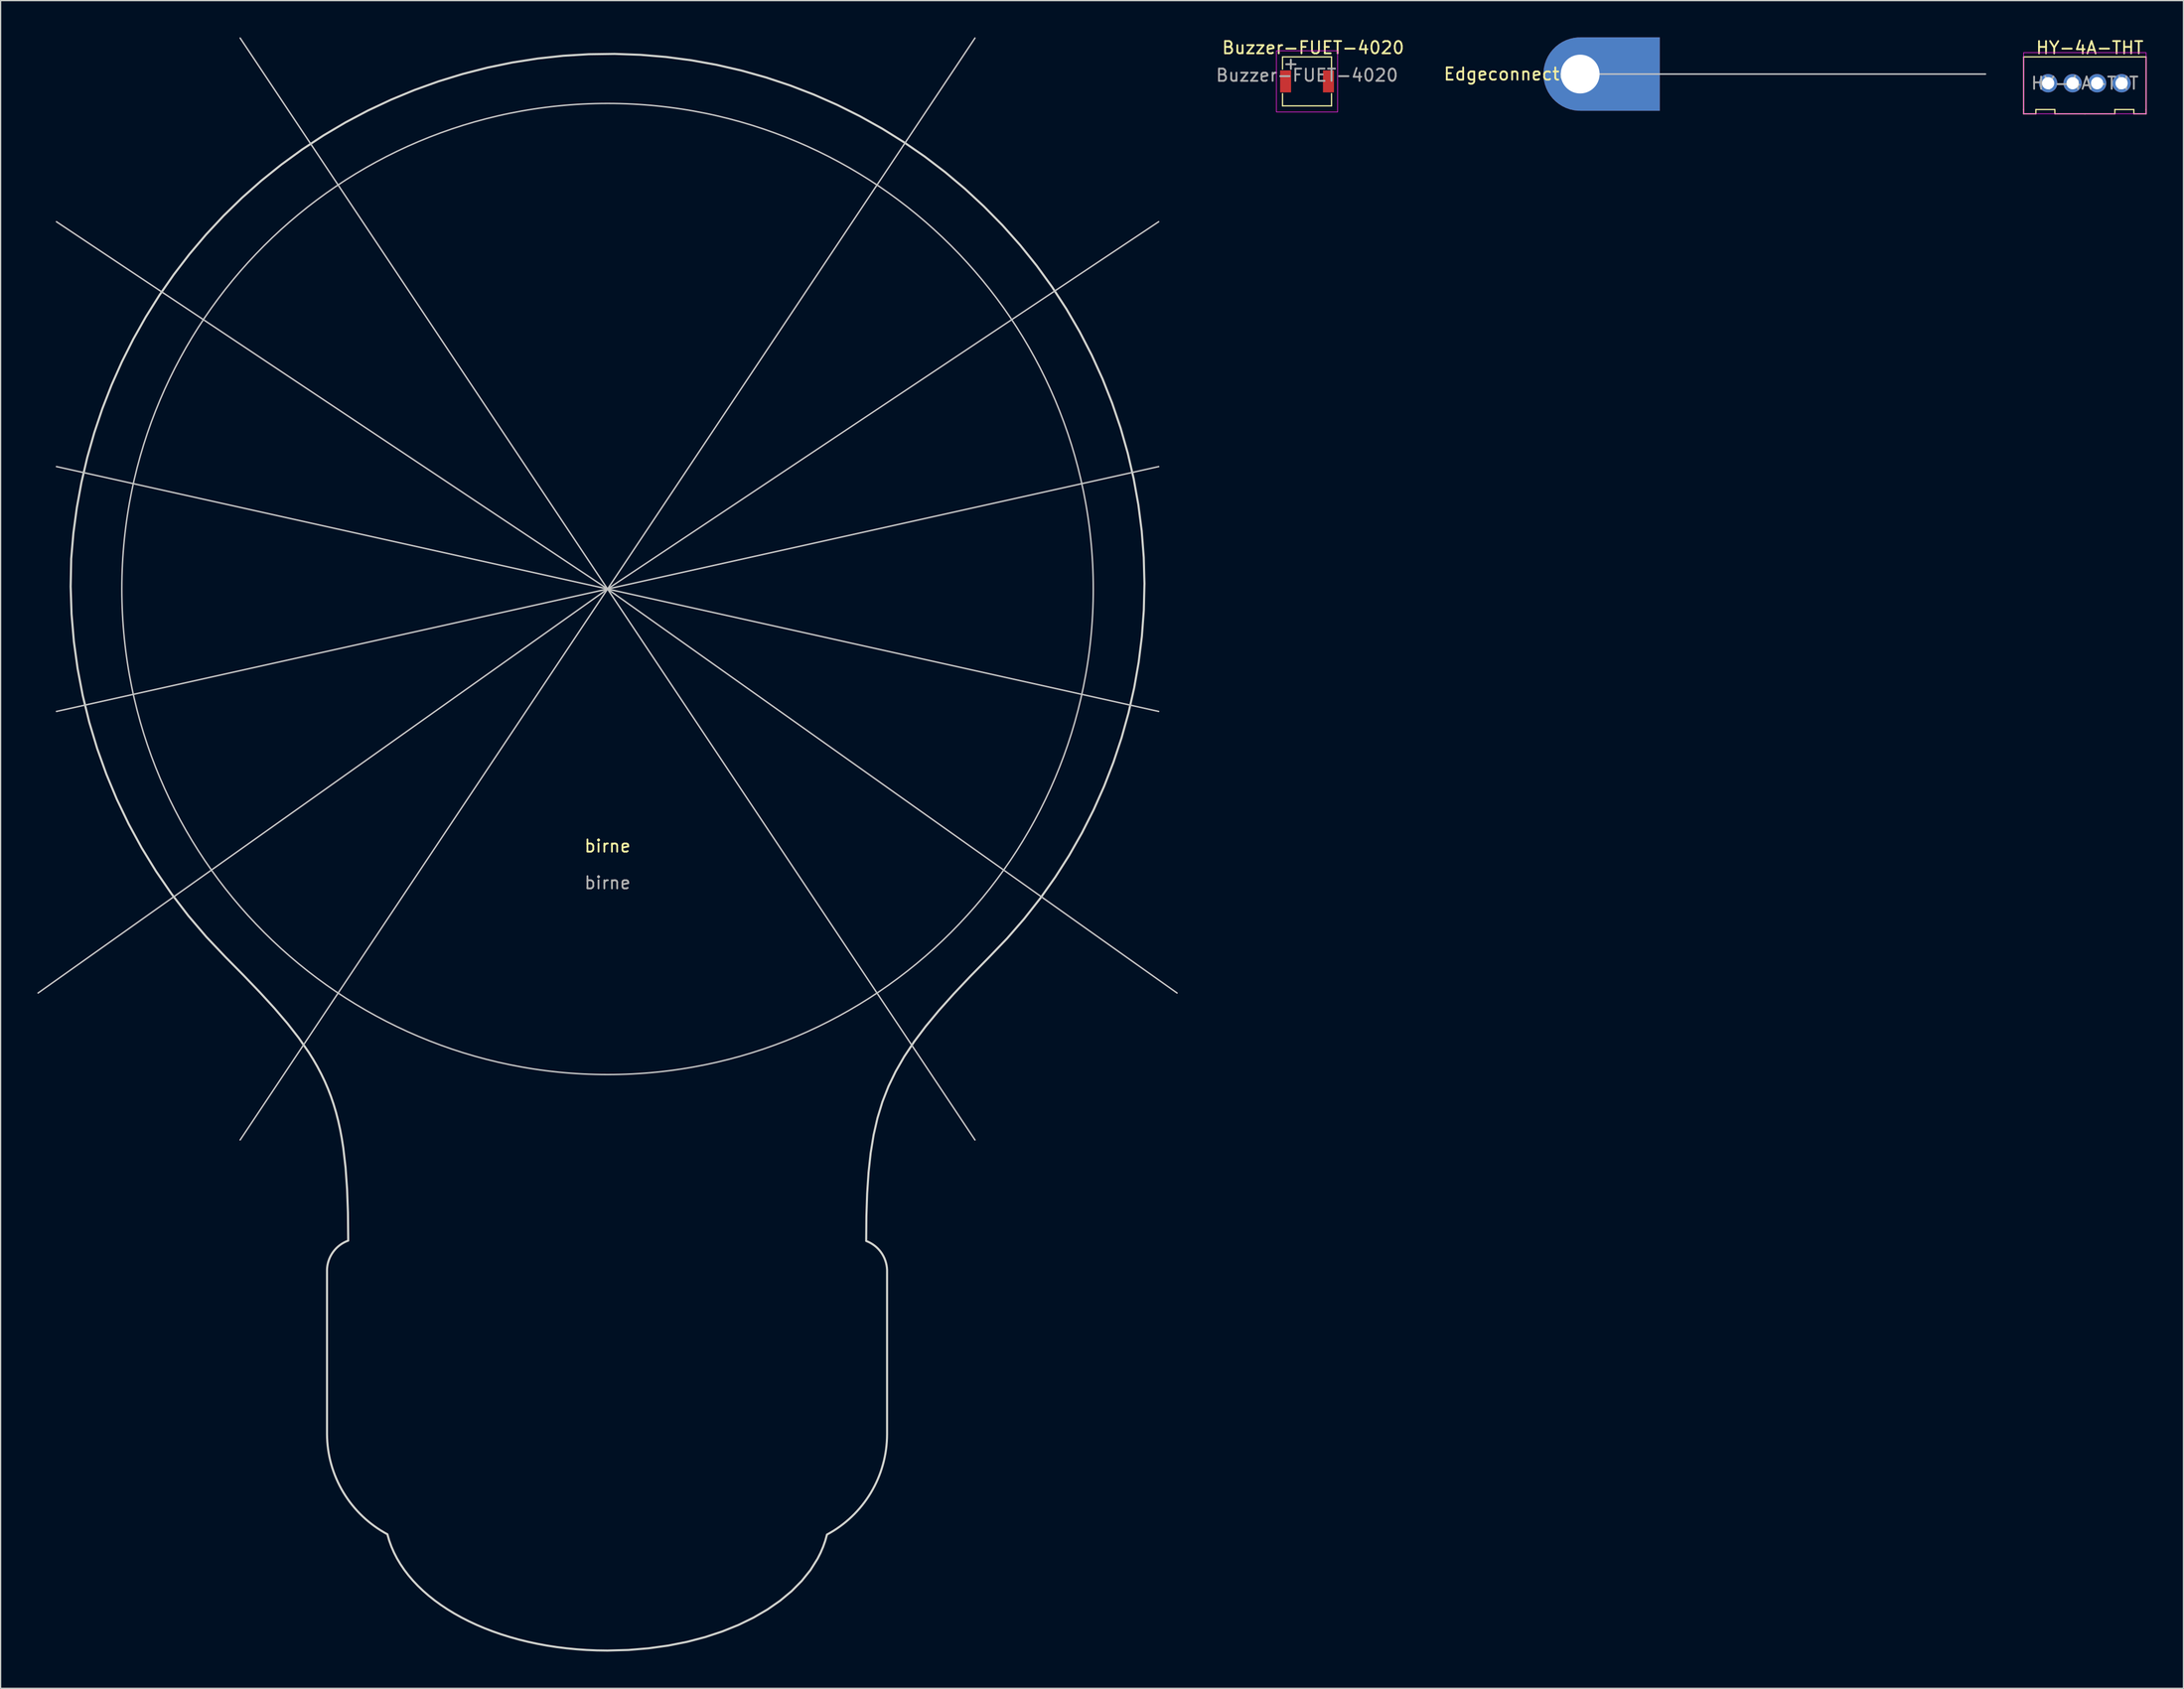
<source format=kicad_pcb>
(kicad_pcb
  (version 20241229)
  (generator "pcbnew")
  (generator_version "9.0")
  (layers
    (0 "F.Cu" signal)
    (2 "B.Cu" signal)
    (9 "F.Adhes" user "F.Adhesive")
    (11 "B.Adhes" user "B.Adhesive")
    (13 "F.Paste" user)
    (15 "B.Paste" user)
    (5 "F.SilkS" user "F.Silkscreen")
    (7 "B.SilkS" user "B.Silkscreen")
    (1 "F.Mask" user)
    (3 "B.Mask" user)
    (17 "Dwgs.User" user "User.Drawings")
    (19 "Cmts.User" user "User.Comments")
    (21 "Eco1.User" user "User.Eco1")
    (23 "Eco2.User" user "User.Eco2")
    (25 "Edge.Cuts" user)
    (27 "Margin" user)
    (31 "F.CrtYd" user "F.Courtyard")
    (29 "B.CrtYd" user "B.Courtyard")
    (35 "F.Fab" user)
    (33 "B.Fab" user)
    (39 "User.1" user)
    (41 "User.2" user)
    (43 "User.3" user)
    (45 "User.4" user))
  (footprint "birne"
    (layer "F.Cu")
    (at 46.56 45.06)
    (property "Reference" "birne" (at 0 21 0) (unlocked yes) (layer "F.SilkS") (effects (font (size 1 1) (thickness 0.15))))
    (attr smd exclude_from_pos_files exclude_from_bom allow_missing_courtyard)
    (fp_line (start 0 0) (end -46.5 33) (stroke (width 0.12) (type solid)) (layer "Dwgs.User"))
    (fp_line (start 0 0) (end -45 -30) (stroke (width 0.12) (type solid)) (layer "Dwgs.User"))
    (fp_line (start 0 0) (end -45 -10) (stroke (width 0.12) (type solid)) (layer "Dwgs.User"))
    (fp_line (start 0 0) (end -45 10) (stroke (width 0.12) (type solid)) (layer "Dwgs.User"))
    (fp_line (start 0 0) (end -30 -45) (stroke (width 0.12) (type solid)) (layer "Dwgs.User"))
    (fp_line (start 0 0) (end -30 45) (stroke (width 0.12) (type solid)) (layer "Dwgs.User"))
    (fp_line (start 0 0) (end 30 -45) (stroke (width 0.12) (type solid)) (layer "Dwgs.User"))
    (fp_line (start 0 0) (end 30 45) (stroke (width 0.12) (type solid)) (layer "Dwgs.User"))
    (fp_line (start 0 0) (end 45 -30) (stroke (width 0.12) (type solid)) (layer "Dwgs.User"))
    (fp_line (start 0 0) (end 45 -10) (stroke (width 0.12) (type solid)) (layer "Dwgs.User"))
    (fp_line (start 0 0) (end 45 10) (stroke (width 0.12) (type solid)) (layer "Dwgs.User"))
    (fp_line (start 0 0) (end 46.5 33) (stroke (width 0.12) (type solid)) (layer "Dwgs.User"))
    (fp_circle (center 0 0) (end 22 -33) (stroke (width 0.12) (type solid)) (fill no) (layer "Dwgs.User"))
    (fp_poly (pts (xy 2.684 -43.633) (xy 4.778 -43.458) (xy 6.853 -43.185) (xy 8.907 -42.814) (xy 10.937 -42.347) (xy 12.939 -41.785) (xy 14.91 -41.13) (xy 16.847 -40.383) (xy 18.747 -39.545) (xy 20.606 -38.618) (xy 22.421 -37.604) (xy 24.189 -36.502) (xy 25.906 -35.316) (xy 27.57 -34.045) (xy 29.176 -32.693) (xy 30.722 -31.259) (xy 32.249 -29.708) (xy 33.689 -28.089) (xy 35.041 -26.407) (xy 36.302 -24.664) (xy 37.472 -22.865) (xy 38.549 -21.012) (xy 39.531 -19.111) (xy 40.417 -17.164) (xy 41.204 -15.175) (xy 41.892 -13.149) (xy 42.479 -11.088) (xy 42.963 -8.997) (xy 43.343 -6.879) (xy 43.617 -4.739) (xy 43.783 -2.578) (xy 43.841 -0.403) (xy 43.839 -0.401) (xy 43.788 1.739) (xy 43.631 3.866) (xy 43.369 5.974) (xy 43.004 8.06) (xy 42.538 10.121) (xy 41.972 12.153) (xy 41.307 14.152) (xy 40.546 16.115) (xy 39.689 18.038) (xy 38.738 19.918) (xy 37.694 21.751) (xy 36.559 23.533) (xy 35.335 25.262) (xy 34.023 26.932) (xy 32.624 28.541) (xy 31.141 30.085) (xy 31.141 30.086) (xy 29.623 31.632) (xy 28.262 33.074) (xy 27.049 34.431) (xy 25.977 35.724) (xy 25.037 36.972) (xy 24.222 38.194) (xy 23.523 39.409) (xy 22.931 40.637) (xy 22.44 41.898) (xy 22.041 43.21) (xy 21.725 44.593) (xy 21.485 46.066) (xy 21.312 47.65) (xy 21.198 49.363) (xy 21.136 51.224) (xy 21.118 53.254) (xy 21.3 53.33) (xy 21.474 53.418) (xy 21.64 53.519) (xy 21.797 53.63) (xy 21.945 53.752) (xy 22.083 53.884) (xy 22.211 54.026) (xy 22.328 54.176) (xy 22.434 54.334) (xy 22.528 54.5) (xy 22.61 54.673) (xy 22.679 54.851) (xy 22.736 55.036) (xy 22.779 55.225) (xy 22.808 55.418) (xy 22.823 55.616) (xy 22.823 69.048) (xy 22.817 69.363) (xy 22.8 69.677) (xy 22.773 69.989) (xy 22.736 70.3) (xy 22.688 70.609) (xy 22.63 70.916) (xy 22.562 71.221) (xy 22.483 71.523) (xy 22.394 71.823) (xy 22.296 72.119) (xy 22.187 72.412) (xy 22.069 72.701) (xy 21.941 72.987) (xy 21.803 73.268) (xy 21.655 73.545) (xy 21.498 73.818) (xy 21.332 74.085) (xy 21.157 74.346) (xy 20.974 74.6) (xy 20.782 74.848) (xy 20.583 75.089) (xy 20.375 75.323) (xy 20.161 75.549) (xy 19.938 75.769) (xy 19.709 75.98) (xy 19.472 76.184) (xy 19.229 76.38) (xy 18.979 76.568) (xy 18.723 76.748) (xy 18.46 76.919) (xy 18.191 77.081) (xy 17.916 77.235) (xy 17.776 77.742) (xy 17.6 78.241) (xy 17.39 78.73) (xy 17.147 79.209) (xy 16.565 80.136) (xy 15.858 81.017) (xy 15.034 81.85) (xy 14.098 82.63) (xy 13.057 83.354) (xy 11.918 84.018) (xy 10.686 84.617) (xy 9.367 85.149) (xy 7.969 85.61) (xy 6.497 85.995) (xy 4.957 86.301) (xy 3.356 86.524) (xy 1.701 86.661) (xy -0.004 86.708) (xy -0.862 86.696) (xy -1.708 86.661) (xy -2.543 86.603) (xy -3.364 86.523) (xy -4.172 86.422) (xy -4.965 86.299) (xy -5.743 86.155) (xy -6.505 85.991) (xy -7.251 85.807) (xy -7.978 85.604) (xy -8.688 85.382) (xy -9.378 85.141) (xy -10.048 84.883) (xy -10.698 84.607) (xy -11.326 84.314) (xy -11.932 84.005) (xy -12.515 83.68) (xy -13.074 83.339) (xy -13.609 82.983) (xy -14.119 82.613) (xy -14.602 82.228) (xy -15.059 81.83) (xy -15.488 81.419) (xy -15.888 80.996) (xy -16.259 80.56) (xy -16.601 80.112) (xy -16.911 79.653) (xy -17.191 79.184) (xy -17.438 78.704) (xy -17.651 78.215) (xy -17.831 77.717) (xy -17.977 77.209) (xy -18.252 77.056) (xy -18.521 76.894) (xy -18.785 76.723) (xy -19.042 76.543) (xy -19.292 76.355) (xy -19.536 76.16) (xy -19.774 75.956) (xy -20.004 75.744) (xy -20.227 75.525) (xy -20.442 75.299) (xy -20.65 75.065) (xy -20.85 74.824) (xy -21.043 74.577) (xy -21.227 74.322) (xy -21.402 74.062) (xy -21.569 73.795) (xy -21.728 73.522) (xy -21.876 73.245) (xy -22.015 72.963) (xy -22.144 72.678) (xy -22.264 72.388) (xy -22.373 72.095) (xy -22.473 71.799) (xy -22.562 71.499) (xy -22.642 71.197) (xy -22.711 70.892) (xy -22.77 70.585) (xy -22.819 70.275) (xy -22.857 69.964) (xy -22.885 69.652) (xy -22.902 69.338) (xy -22.909 69.023) (xy -22.909 55.589) (xy -22.903 55.489) (xy -22.894 55.39) (xy -22.881 55.293) (xy -22.864 55.196) (xy -22.843 55.1) (xy -22.82 55.006) (xy -22.792 54.913) (xy -22.762 54.821) (xy -22.728 54.73) (xy -22.691 54.641) (xy -22.651 54.554) (xy -22.607 54.468) (xy -22.561 54.384) (xy -22.511 54.302) (xy -22.459 54.222) (xy -22.404 54.144) (xy -22.346 54.068) (xy -22.285 53.994) (xy -22.222 53.922) (xy -22.156 53.852) (xy -22.087 53.785) (xy -22.016 53.721) (xy -21.942 53.658) (xy -21.866 53.599) (xy -21.788 53.542) (xy -21.707 53.488) (xy -21.624 53.437) (xy -21.539 53.389) (xy -21.452 53.344) (xy -21.363 53.302) (xy -21.271 53.263) (xy -21.178 53.227) (xy -21.178 53.07) (xy -21.2 50.948) (xy -21.27 49.015) (xy -21.395 47.251) (xy -21.582 45.634) (xy -21.701 44.874) (xy -21.838 44.143) (xy -21.994 43.438) (xy -22.17 42.757) (xy -22.367 42.097) (xy -22.585 41.455) (xy -22.826 40.829) (xy -23.09 40.217) (xy -23.379 39.615) (xy -23.692 39.02) (xy -24.032 38.431) (xy -24.398 37.845) (xy -25.214 36.67) (xy -26.148 35.474) (xy -27.207 34.236) (xy -28.398 32.935) (xy -29.727 31.55) (xy -31.201 30.059) (xy -32.763 28.411) (xy -34.23 26.692) (xy -35.599 24.906) (xy -36.869 23.057) (xy -38.039 21.15) (xy -39.106 19.188) (xy -40.07 17.177) (xy -40.928 15.119) (xy -41.678 13.021) (xy -42.32 10.885) (xy -42.852 8.716) (xy -43.271 6.518) (xy -43.577 4.296) (xy -43.767 2.054) (xy -43.841 -0.205) (xy -43.795 -2.475) (xy -43.615 -4.576) (xy -43.335 -6.658) (xy -42.958 -8.717) (xy -42.484 -10.749) (xy -41.915 -12.753) (xy -41.254 -14.724) (xy -40.501 -16.66) (xy -39.657 -18.557) (xy -38.725 -20.413) (xy -37.706 -22.223) (xy -36.602 -23.984) (xy -35.413 -25.695) (xy -34.142 -27.35) (xy -32.789 -28.948) (xy -31.357 -30.484) (xy -29.847 -31.957) (xy -28.268 -33.355) (xy -26.631 -34.67) (xy -24.939 -35.902) (xy -23.194 -37.049) (xy -21.402 -38.109) (xy -19.564 -39.082) (xy -17.684 -39.965) (xy -15.765 -40.759) (xy -13.812 -41.461) (xy -11.826 -42.07) (xy -9.811 -42.586) (xy -7.771 -43.006) (xy -5.709 -43.329) (xy -3.628 -43.555) (xy -1.532 -43.681) (xy 0.577 -43.708)) (stroke (width 0.17) (type solid)) (fill no) (layer "Edge.Cuts"))
    (fp_text user "${REFERENCE}" (at 0 24 0) (unlocked yes) (layer "F.Fab") (effects (font (size 1 1) (thickness 0.15)))))
  (footprint "HY-4A-THT"
    (layer "F.Cu")
    (at 167.188 3.748)
    (property "Reference" "HY-4A-THT" (at 0.4 -2.9 0) (unlocked yes) (layer "F.SilkS") (effects (font (size 1 1) (thickness 0.15))))
    (attr through_hole)
    (fp_line (start -5 -2.15) (end 5 -2.15) (stroke (width 0.1) (type default)) (layer "F.SilkS"))
    (fp_line (start -5 2.15) (end -5 -2.15) (stroke (width 0.1) (type default)) (layer "F.SilkS"))
    (fp_line (start -5 2.15) (end -5 2.5) (stroke (width 0.1) (type default)) (layer "F.SilkS"))
    (fp_line (start -5 2.5) (end -4 2.5) (stroke (width 0.1) (type default)) (layer "F.SilkS"))
    (fp_line (start -4 2.5) (end -4 2.15) (stroke (width 0.1) (type default)) (layer "F.SilkS"))
    (fp_line (start -2.45 2.15) (end -4 2.15) (stroke (width 0.1) (type default)) (layer "F.SilkS"))
    (fp_line (start -2.45 2.15) (end -2.45 2.5) (stroke (width 0.1) (type default)) (layer "F.SilkS"))
    (fp_line (start -2.45 2.5) (end 0 2.5) (stroke (width 0.1) (type default)) (layer "F.SilkS"))
    (fp_line (start 2.45 2.15) (end 2.45 2.5) (stroke (width 0.1) (type default)) (layer "F.SilkS"))
    (fp_line (start 2.45 2.15) (end 4 2.15) (stroke (width 0.1) (type default)) (layer "F.SilkS"))
    (fp_line (start 2.45 2.5) (end 0 2.5) (stroke (width 0.1) (type default)) (layer "F.SilkS"))
    (fp_line (start 4 2.15) (end 4 2.5) (stroke (width 0.1) (type default)) (layer "F.SilkS"))
    (fp_line (start 4 2.5) (end 5 2.5) (stroke (width 0.1) (type default)) (layer "F.SilkS"))
    (fp_line (start 5 -2.15) (end 5 2.15) (stroke (width 0.1) (type default)) (layer "F.SilkS"))
    (fp_line (start 5 2.5) (end 5 2.15) (stroke (width 0.1) (type default)) (layer "F.SilkS"))
    (fp_rect (start -5 -2.5) (end 5 2.5) (stroke (width 0.05) (type default)) (fill no) (layer "F.CrtYd"))
    (fp_text user "${REFERENCE}" (at 0 0 0) (unlocked yes) (layer "F.Fab") (effects (font (size 1 1) (thickness 0.15))))
    (pad "1" thru_hole circle (at -3 0) (size 1.5 1.5) (drill 1) (layers "*.Cu" "*.Mask"))
    (pad "2" thru_hole circle (at -1 0) (size 1.5 1.5) (drill 1) (layers "*.Cu" "*.Mask"))
    (pad "3" thru_hole circle (at 1 0) (size 1.5 1.5) (drill 1) (layers "*.Cu" "*.Mask"))
    (pad "4" thru_hole circle (at 3 0) (size 1.5 1.5) (drill 1) (layers "*.Cu" "*.Mask")))
  (footprint "Buzzer-FUET-4020"
    (layer "F.Cu")
    (at 103.674 3.598)
    (property "Reference" "Buzzer-FUET-4020" (at 0.5 -2.75 0) (unlocked yes) (layer "F.SilkS") (effects (font (size 1 1) (thickness 0.15))))
    (attr smd)
    (fp_line (start -2 -2) (end -2 -1) (stroke (width 0.1) (type default)) (layer "F.SilkS"))
    (fp_line (start -2 -2) (end 2 -2) (stroke (width 0.1) (type default)) (layer "F.SilkS"))
    (fp_line (start -2 2) (end -2 1) (stroke (width 0.1) (type default)) (layer "F.SilkS"))
    (fp_line (start 2 -2) (end 2 -1) (stroke (width 0.1) (type default)) (layer "F.SilkS"))
    (fp_line (start 2 1) (end 2 2) (stroke (width 0.1) (type default)) (layer "F.SilkS"))
    (fp_line (start 2 2) (end -2 2) (stroke (width 0.1) (type default)) (layer "F.SilkS"))
    (fp_rect (start -2.5 -2.5) (end 2.5 2.5) (stroke (width 0.05) (type default)) (fill no) (layer "F.CrtYd"))
    (fp_text user "+" (at -2.032 -0.889 0) (unlocked yes) (layer "F.SilkS") (effects (font (size 1 1) (thickness 0.1)) (justify left bottom)))
    (fp_text user "+" (at -2.032 -0.889 0) (unlocked yes) (layer "F.Fab") (effects (font (size 1 1) (thickness 0.15)) (justify left bottom)))
    (fp_text user "${REFERENCE}" (at 0 -0.5 0) (unlocked yes) (layer "F.Fab") (effects (font (size 1 1) (thickness 0.15))))
    (pad "1" smd rect (at -1.75 0) (size 0.9 1.8) (layers "F.Cu" "F.Mask" "F.Paste"))
    (pad "2" smd rect (at 1.75 0) (size 0.9 1.8) (layers "F.Cu" "F.Mask" "F.Paste")))
  (footprint "Edgeconnector"
    (layer "F.Cu")
    (at 126.078 3)
    (property "Reference" "Edgeconnector" (at -5.75 0 0) (layer "F.SilkS") (effects (font (size 1 1) (thickness 0.15))))
    (attr through_hole)
    (fp_line (start 0 0) (end 33 0) (stroke (width 0.12) (type solid)) (layer "Dwgs.User"))
    (pad "1" thru_hole custom (at -0.1 0) (size 6 6) (drill 3.17) (property pad_prop_castellated) (layers "*.Cu" "*.Mask") (options (anchor circle)) (primitives (gr_poly (pts (xy 6.5 3) (xy 0 3) (xy 0 -3) (xy 6.5 -3)) (width 0) (fill yes)))))
  (gr_rect
    (start -3 -3)
    (end 175.238 134.853)
    (stroke (width 0.1) (type default))
    (fill no)
    (layer "Edge.Cuts")))
</source>
